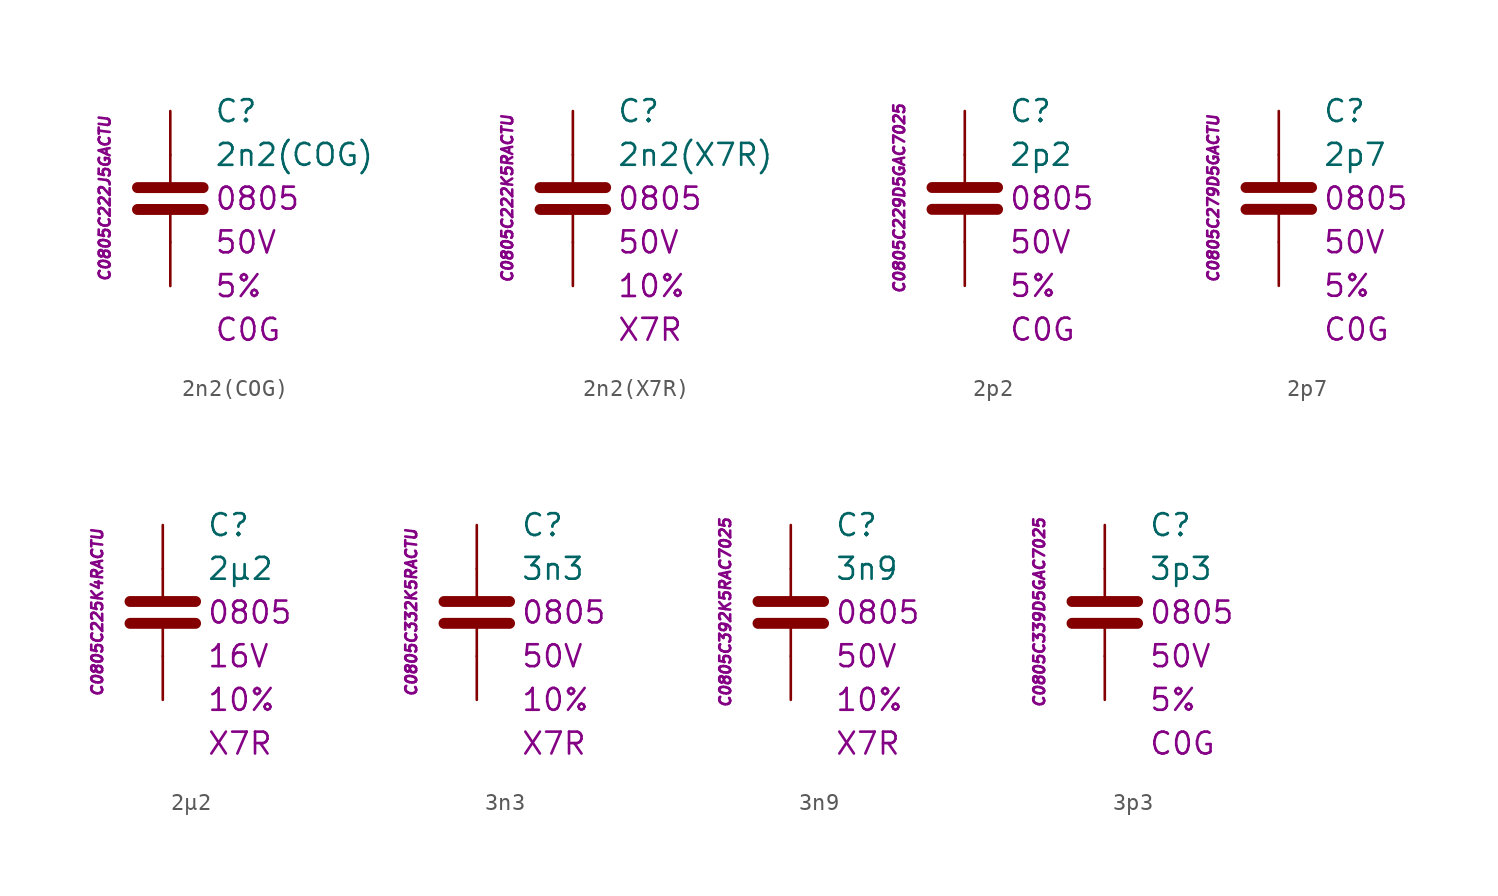
<source format=kicad_sym>
(kicad_symbol_lib
  (version 20201005)
  (generator kicad_symbol_editor)
  (symbol "C.Kemet.MLCC.0805:2n2(COG)"
    (pin_numbers hide)
    (pin_names
      (offset 1.016) hide)
    (property "Reference" "C"
      (at 2.54 5.08 0)
      (effects (font (size 1.27 1.27)) (justify left)))
    (property "Value" "2n2(COG)"
      (at 2.54 2.54 0)
      (effects (font (size 1.27 1.27)) (justify left)))
    (property "Package" "0805"
      (at 2.54 0 0)
      (effects (font (size 1.27 1.27)) (justify left)))
    (property "Voltage" "50V"
      (at 2.54 -2.54 0)
      (effects (font (size 1.27 1.27)) (justify left)))
    (property "Tolerance" "5%"
      (at 2.54 -5.08 0)
      (effects (font (size 1.27 1.27)) (justify left)))
    (property "Dielectric" "C0G"
      (at 2.54 -7.62 0)
      (effects (font (size 1.27 1.27)) (justify left)))
    (property "ID" "C0805C222J5GACTU"
      (at -3.81 0 90)
      (effects (font (size 0.635 0.635) italic)))
    (symbol "2n2(COG)_0_1"
      (polyline (pts (xy -1.905 -0.635) (xy 1.905 -0.635)) (stroke (width 0.635)) (fill (type none)))
      (polyline (pts (xy -1.905 0.635) (xy 1.905 0.635)) (stroke (width 0.635)) (fill (type none)))
      (polyline (pts (xy 0 -2.54) (xy 0 -0.635)) (stroke (width 0.152)) (fill (type none)))
      (polyline (pts (xy 0 0.635) (xy 0 2.54)) (stroke (width 0.152)) (fill (type none))))
    (symbol "2n2(COG)_1_1"
      (pin passive line (at 0 5.08 270) (length 2.54) (name "~" (effects (font (size 1.778 1.778)))) (number "1" (effects (font (size 1.778 1.778)))))
      (pin passive line (at 0 -5.08 90) (length 2.54) (name "~" (effects (font (size 1.778 1.778)))) (number "2" (effects (font (size 1.778 1.778)))))))
  (symbol "C.Kemet.MLCC.0805:2n2(X7R)"
    (pin_numbers hide)
    (pin_names
      (offset 1.016) hide)
    (property "Reference" "C"
      (at 2.54 5.08 0)
      (effects (font (size 1.27 1.27)) (justify left)))
    (property "Value" "2n2(X7R)"
      (at 2.54 2.54 0)
      (effects (font (size 1.27 1.27)) (justify left)))
    (property "Package" "0805"
      (at 2.54 0 0)
      (effects (font (size 1.27 1.27)) (justify left)))
    (property "Voltage" "50V"
      (at 2.54 -2.54 0)
      (effects (font (size 1.27 1.27)) (justify left)))
    (property "Tolerance" "10%"
      (at 2.54 -5.08 0)
      (effects (font (size 1.27 1.27)) (justify left)))
    (property "Dielectric" "X7R"
      (at 2.54 -7.62 0)
      (effects (font (size 1.27 1.27)) (justify left)))
    (property "ID" "C0805C222K5RACTU"
      (at -3.81 0 90)
      (effects (font (size 0.635 0.635) italic)))
    (symbol "2n2(X7R)_0_1"
      (polyline (pts (xy -1.905 -0.635) (xy 1.905 -0.635)) (stroke (width 0.635)) (fill (type none)))
      (polyline (pts (xy -1.905 0.635) (xy 1.905 0.635)) (stroke (width 0.635)) (fill (type none)))
      (polyline (pts (xy 0 -2.54) (xy 0 -0.635)) (stroke (width 0.152)) (fill (type none)))
      (polyline (pts (xy 0 0.635) (xy 0 2.54)) (stroke (width 0.152)) (fill (type none))))
    (symbol "2n2(X7R)_1_1"
      (pin passive line (at 0 5.08 270) (length 2.54) (name "~" (effects (font (size 1.778 1.778)))) (number "1" (effects (font (size 1.778 1.778)))))
      (pin passive line (at 0 -5.08 90) (length 2.54) (name "~" (effects (font (size 1.778 1.778)))) (number "2" (effects (font (size 1.778 1.778)))))))
  (symbol "C.Kemet.MLCC.0805:2p2"
    (pin_numbers hide)
    (pin_names
      (offset 1.016) hide)
    (property "Reference" "C"
      (at 2.54 5.08 0)
      (effects (font (size 1.27 1.27)) (justify left)))
    (property "Value" "2p2"
      (at 2.54 2.54 0)
      (effects (font (size 1.27 1.27)) (justify left)))
    (property "Package" "0805"
      (at 2.54 0 0)
      (effects (font (size 1.27 1.27)) (justify left)))
    (property "Voltage" "50V"
      (at 2.54 -2.54 0)
      (effects (font (size 1.27 1.27)) (justify left)))
    (property "Tolerance" "5%"
      (at 2.54 -5.08 0)
      (effects (font (size 1.27 1.27)) (justify left)))
    (property "Dielectric" "C0G"
      (at 2.54 -7.62 0)
      (effects (font (size 1.27 1.27)) (justify left)))
    (property "ID" "C0805C229D5GAC7025"
      (at -3.81 0 90)
      (effects (font (size 0.635 0.635) italic)))
    (symbol "2p2_0_1"
      (polyline (pts (xy -1.905 -0.635) (xy 1.905 -0.635)) (stroke (width 0.635)) (fill (type none)))
      (polyline (pts (xy -1.905 0.635) (xy 1.905 0.635)) (stroke (width 0.635)) (fill (type none)))
      (polyline (pts (xy 0 -2.54) (xy 0 -0.635)) (stroke (width 0.152)) (fill (type none)))
      (polyline (pts (xy 0 0.635) (xy 0 2.54)) (stroke (width 0.152)) (fill (type none))))
    (symbol "2p2_1_1"
      (pin passive line (at 0 5.08 270) (length 2.54) (name "~" (effects (font (size 1.778 1.778)))) (number "1" (effects (font (size 1.778 1.778)))))
      (pin passive line (at 0 -5.08 90) (length 2.54) (name "~" (effects (font (size 1.778 1.778)))) (number "2" (effects (font (size 1.778 1.778)))))))
  (symbol "C.Kemet.MLCC.0805:2p7"
    (pin_numbers hide)
    (pin_names
      (offset 1.016) hide)
    (property "Reference" "C"
      (at 2.54 5.08 0)
      (effects (font (size 1.27 1.27)) (justify left)))
    (property "Value" "2p7"
      (at 2.54 2.54 0)
      (effects (font (size 1.27 1.27)) (justify left)))
    (property "Package" "0805"
      (at 2.54 0 0)
      (effects (font (size 1.27 1.27)) (justify left)))
    (property "Voltage" "50V"
      (at 2.54 -2.54 0)
      (effects (font (size 1.27 1.27)) (justify left)))
    (property "Tolerance" "5%"
      (at 2.54 -5.08 0)
      (effects (font (size 1.27 1.27)) (justify left)))
    (property "Dielectric" "C0G"
      (at 2.54 -7.62 0)
      (effects (font (size 1.27 1.27)) (justify left)))
    (property "ID" "C0805C279D5GACTU"
      (at -3.81 0 90)
      (effects (font (size 0.635 0.635) italic)))
    (symbol "2p7_0_1"
      (polyline (pts (xy -1.905 -0.635) (xy 1.905 -0.635)) (stroke (width 0.635)) (fill (type none)))
      (polyline (pts (xy -1.905 0.635) (xy 1.905 0.635)) (stroke (width 0.635)) (fill (type none)))
      (polyline (pts (xy 0 -2.54) (xy 0 -0.635)) (stroke (width 0.152)) (fill (type none)))
      (polyline (pts (xy 0 0.635) (xy 0 2.54)) (stroke (width 0.152)) (fill (type none))))
    (symbol "2p7_1_1"
      (pin passive line (at 0 5.08 270) (length 2.54) (name "~" (effects (font (size 1.778 1.778)))) (number "1" (effects (font (size 1.778 1.778)))))
      (pin passive line (at 0 -5.08 90) (length 2.54) (name "~" (effects (font (size 1.778 1.778)))) (number "2" (effects (font (size 1.778 1.778)))))))
  (symbol "C.Kemet.MLCC.0805:2µ2"
    (pin_numbers hide)
    (pin_names
      (offset 1.016) hide)
    (property "Reference" "C"
      (at 2.54 5.08 0)
      (effects (font (size 1.27 1.27)) (justify left)))
    (property "Value" "2µ2"
      (at 2.54 2.54 0)
      (effects (font (size 1.27 1.27)) (justify left)))
    (property "Package" "0805"
      (at 2.54 0 0)
      (effects (font (size 1.27 1.27)) (justify left)))
    (property "Voltage" "16V"
      (at 2.54 -2.54 0)
      (effects (font (size 1.27 1.27)) (justify left)))
    (property "Tolerance" "10%"
      (at 2.54 -5.08 0)
      (effects (font (size 1.27 1.27)) (justify left)))
    (property "Dielectric" "X7R"
      (at 2.54 -7.62 0)
      (effects (font (size 1.27 1.27)) (justify left)))
    (property "ID" "C0805C225K4RACTU"
      (at -3.81 0 90)
      (effects (font (size 0.635 0.635) italic)))
    (symbol "2µ2_0_1"
      (polyline (pts (xy -1.905 -0.635) (xy 1.905 -0.635)) (stroke (width 0.635)) (fill (type none)))
      (polyline (pts (xy -1.905 0.635) (xy 1.905 0.635)) (stroke (width 0.635)) (fill (type none)))
      (polyline (pts (xy 0 -2.54) (xy 0 -0.635)) (stroke (width 0.152)) (fill (type none)))
      (polyline (pts (xy 0 0.635) (xy 0 2.54)) (stroke (width 0.152)) (fill (type none))))
    (symbol "2µ2_1_1"
      (pin passive line (at 0 5.08 270) (length 2.54) (name "~" (effects (font (size 1.778 1.778)))) (number "1" (effects (font (size 1.778 1.778)))))
      (pin passive line (at 0 -5.08 90) (length 2.54) (name "~" (effects (font (size 1.778 1.778)))) (number "2" (effects (font (size 1.778 1.778)))))))
  (symbol "C.Kemet.MLCC.0805:3n3"
    (pin_numbers hide)
    (pin_names
      (offset 1.016) hide)
    (property "Reference" "C"
      (at 2.54 5.08 0)
      (effects (font (size 1.27 1.27)) (justify left)))
    (property "Value" "3n3"
      (at 2.54 2.54 0)
      (effects (font (size 1.27 1.27)) (justify left)))
    (property "Package" "0805"
      (at 2.54 0 0)
      (effects (font (size 1.27 1.27)) (justify left)))
    (property "Voltage" "50V"
      (at 2.54 -2.54 0)
      (effects (font (size 1.27 1.27)) (justify left)))
    (property "Tolerance" "10%"
      (at 2.54 -5.08 0)
      (effects (font (size 1.27 1.27)) (justify left)))
    (property "Dielectric" "X7R"
      (at 2.54 -7.62 0)
      (effects (font (size 1.27 1.27)) (justify left)))
    (property "ID" "C0805C332K5RACTU"
      (at -3.81 0 90)
      (effects (font (size 0.635 0.635) italic)))
    (symbol "3n3_0_1"
      (polyline (pts (xy -1.905 -0.635) (xy 1.905 -0.635)) (stroke (width 0.635)) (fill (type none)))
      (polyline (pts (xy -1.905 0.635) (xy 1.905 0.635)) (stroke (width 0.635)) (fill (type none)))
      (polyline (pts (xy 0 -2.54) (xy 0 -0.635)) (stroke (width 0.152)) (fill (type none)))
      (polyline (pts (xy 0 0.635) (xy 0 2.54)) (stroke (width 0.152)) (fill (type none))))
    (symbol "3n3_1_1"
      (pin passive line (at 0 5.08 270) (length 2.54) (name "~" (effects (font (size 1.778 1.778)))) (number "1" (effects (font (size 1.778 1.778)))))
      (pin passive line (at 0 -5.08 90) (length 2.54) (name "~" (effects (font (size 1.778 1.778)))) (number "2" (effects (font (size 1.778 1.778)))))))
  (symbol "C.Kemet.MLCC.0805:3n9"
    (pin_numbers hide)
    (pin_names
      (offset 1.016) hide)
    (property "Reference" "C"
      (at 2.54 5.08 0)
      (effects (font (size 1.27 1.27)) (justify left)))
    (property "Value" "3n9"
      (at 2.54 2.54 0)
      (effects (font (size 1.27 1.27)) (justify left)))
    (property "Package" "0805"
      (at 2.54 0 0)
      (effects (font (size 1.27 1.27)) (justify left)))
    (property "Voltage" "50V"
      (at 2.54 -2.54 0)
      (effects (font (size 1.27 1.27)) (justify left)))
    (property "Tolerance" "10%"
      (at 2.54 -5.08 0)
      (effects (font (size 1.27 1.27)) (justify left)))
    (property "Dielectric" "X7R"
      (at 2.54 -7.62 0)
      (effects (font (size 1.27 1.27)) (justify left)))
    (property "ID" "C0805C392K5RAC7025"
      (at -3.81 0 90)
      (effects (font (size 0.635 0.635) italic)))
    (symbol "3n9_0_1"
      (polyline (pts (xy -1.905 -0.635) (xy 1.905 -0.635)) (stroke (width 0.635)) (fill (type none)))
      (polyline (pts (xy -1.905 0.635) (xy 1.905 0.635)) (stroke (width 0.635)) (fill (type none)))
      (polyline (pts (xy 0 -2.54) (xy 0 -0.635)) (stroke (width 0.152)) (fill (type none)))
      (polyline (pts (xy 0 0.635) (xy 0 2.54)) (stroke (width 0.152)) (fill (type none))))
    (symbol "3n9_1_1"
      (pin passive line (at 0 5.08 270) (length 2.54) (name "~" (effects (font (size 1.778 1.778)))) (number "1" (effects (font (size 1.778 1.778)))))
      (pin passive line (at 0 -5.08 90) (length 2.54) (name "~" (effects (font (size 1.778 1.778)))) (number "2" (effects (font (size 1.778 1.778)))))))
  (symbol "C.Kemet.MLCC.0805:3p3"
    (pin_numbers hide)
    (pin_names
      (offset 1.016) hide)
    (property "Reference" "C"
      (at 2.54 5.08 0)
      (effects (font (size 1.27 1.27)) (justify left)))
    (property "Value" "3p3"
      (at 2.54 2.54 0)
      (effects (font (size 1.27 1.27)) (justify left)))
    (property "Package" "0805"
      (at 2.54 0 0)
      (effects (font (size 1.27 1.27)) (justify left)))
    (property "Voltage" "50V"
      (at 2.54 -2.54 0)
      (effects (font (size 1.27 1.27)) (justify left)))
    (property "Tolerance" "5%"
      (at 2.54 -5.08 0)
      (effects (font (size 1.27 1.27)) (justify left)))
    (property "Dielectric" "C0G"
      (at 2.54 -7.62 0)
      (effects (font (size 1.27 1.27)) (justify left)))
    (property "ID" "C0805C339D5GAC7025"
      (at -3.81 0 90)
      (effects (font (size 0.635 0.635) italic)))
    (symbol "3p3_0_1"
      (polyline (pts (xy -1.905 -0.635) (xy 1.905 -0.635)) (stroke (width 0.635)) (fill (type none)))
      (polyline (pts (xy -1.905 0.635) (xy 1.905 0.635)) (stroke (width 0.635)) (fill (type none)))
      (polyline (pts (xy 0 -2.54) (xy 0 -0.635)) (stroke (width 0.152)) (fill (type none)))
      (polyline (pts (xy 0 0.635) (xy 0 2.54)) (stroke (width 0.152)) (fill (type none))))
    (symbol "3p3_1_1"
      (pin passive line (at 0 5.08 270) (length 2.54) (name "~" (effects (font (size 1.778 1.778)))) (number "1" (effects (font (size 1.778 1.778)))))
      (pin passive line (at 0 -5.08 90) (length 2.54) (name "~" (effects (font (size 1.778 1.778)))) (number "2" (effects (font (size 1.778 1.778))))))))
</source>
